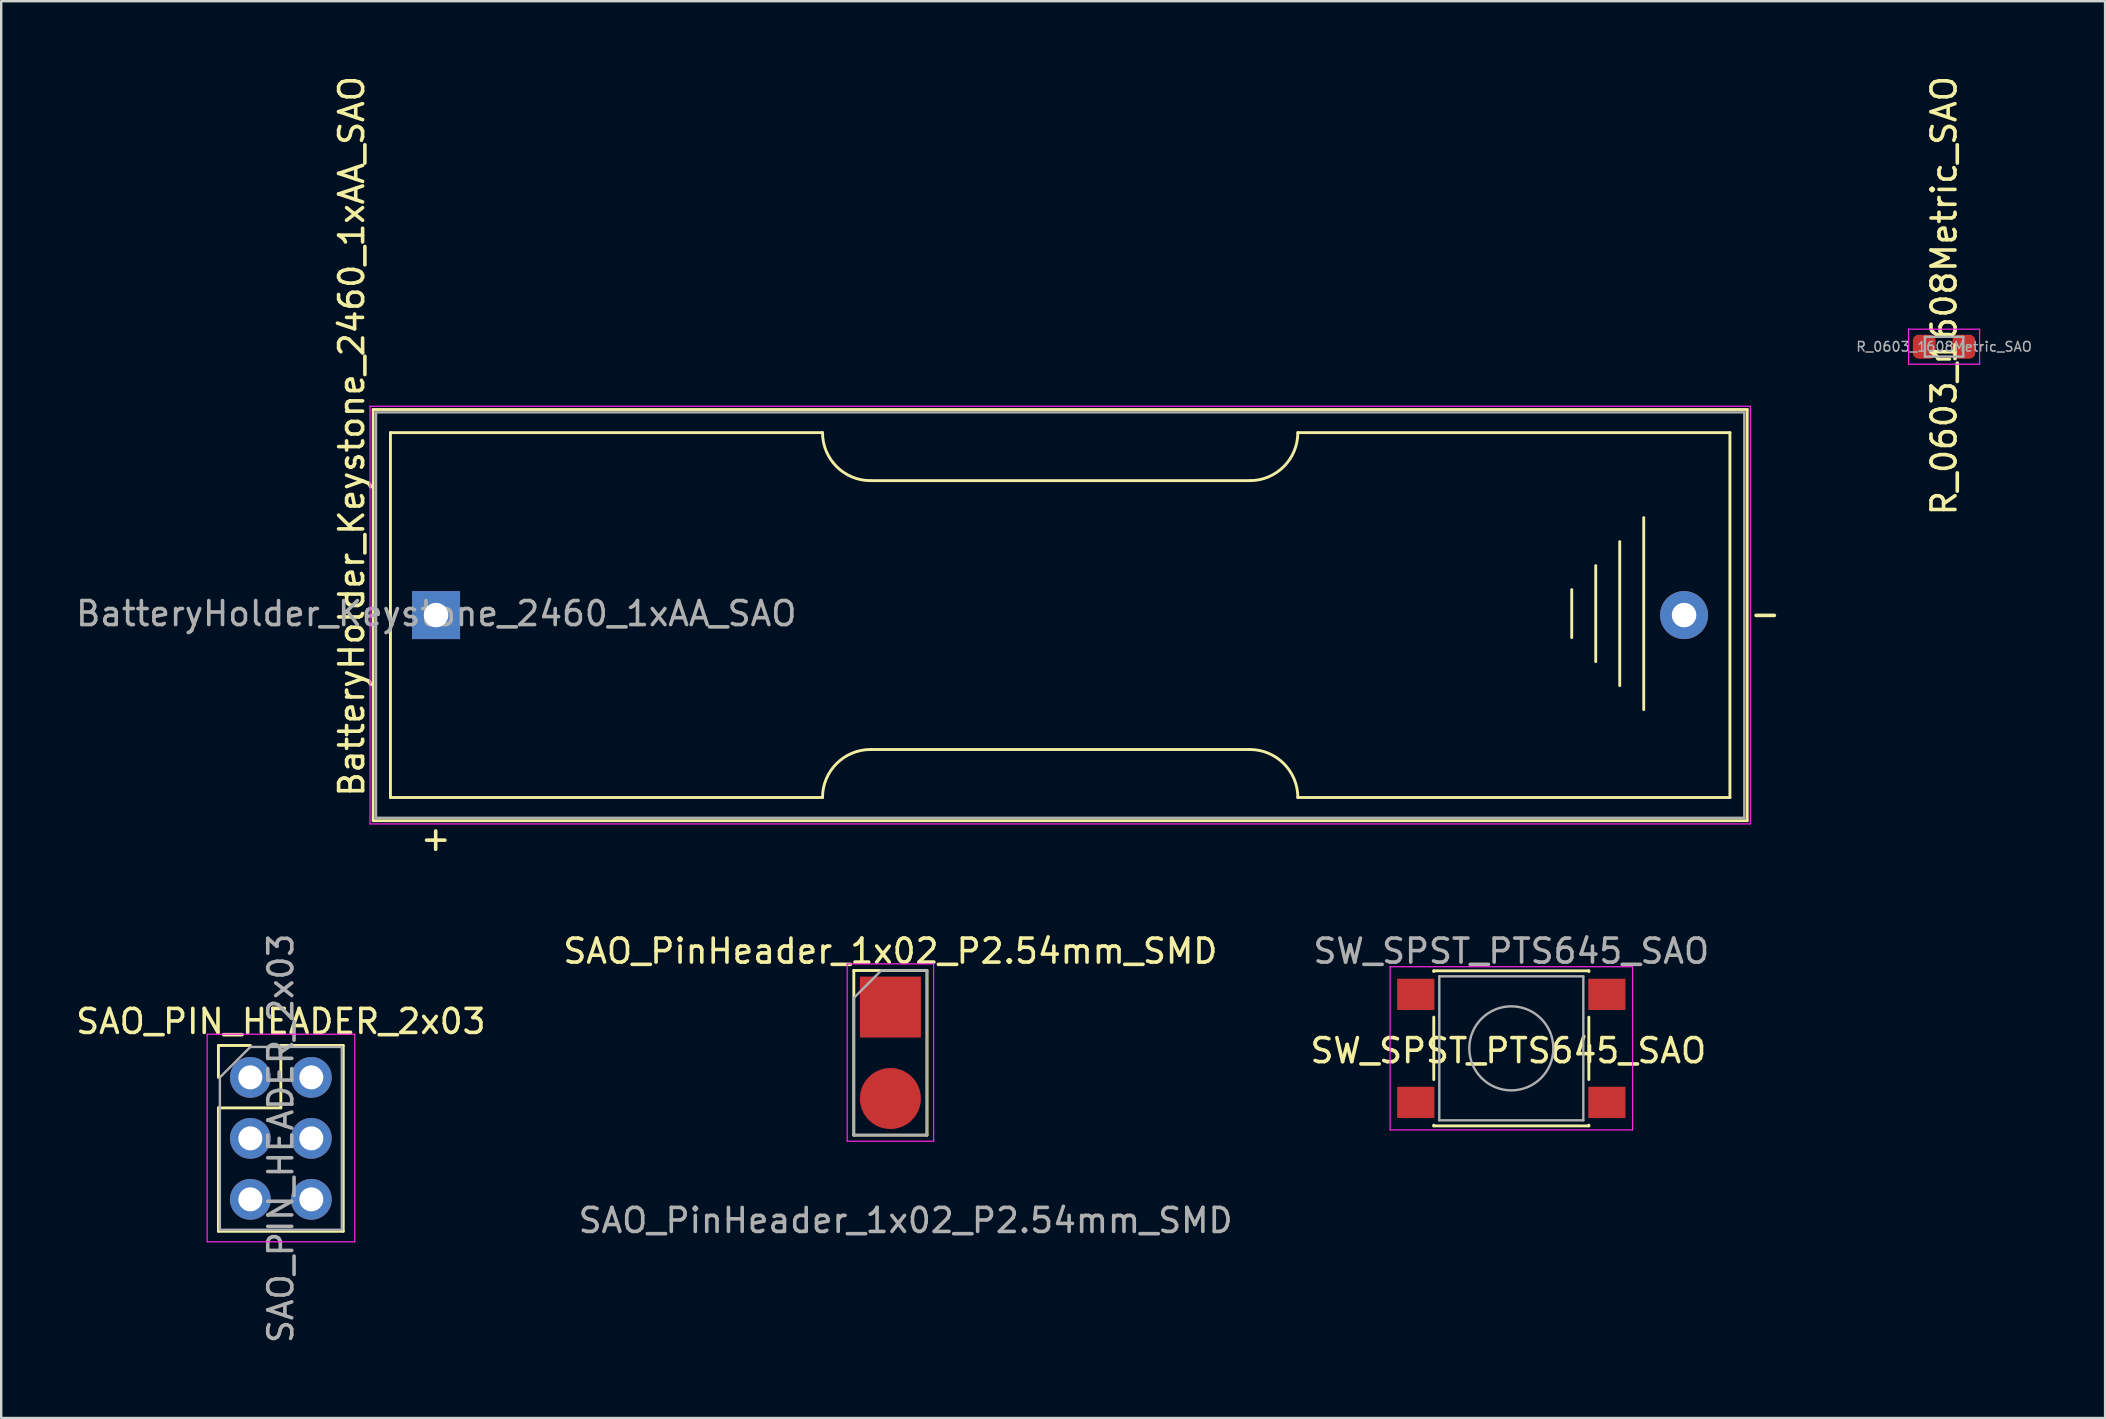
<source format=kicad_pcb>
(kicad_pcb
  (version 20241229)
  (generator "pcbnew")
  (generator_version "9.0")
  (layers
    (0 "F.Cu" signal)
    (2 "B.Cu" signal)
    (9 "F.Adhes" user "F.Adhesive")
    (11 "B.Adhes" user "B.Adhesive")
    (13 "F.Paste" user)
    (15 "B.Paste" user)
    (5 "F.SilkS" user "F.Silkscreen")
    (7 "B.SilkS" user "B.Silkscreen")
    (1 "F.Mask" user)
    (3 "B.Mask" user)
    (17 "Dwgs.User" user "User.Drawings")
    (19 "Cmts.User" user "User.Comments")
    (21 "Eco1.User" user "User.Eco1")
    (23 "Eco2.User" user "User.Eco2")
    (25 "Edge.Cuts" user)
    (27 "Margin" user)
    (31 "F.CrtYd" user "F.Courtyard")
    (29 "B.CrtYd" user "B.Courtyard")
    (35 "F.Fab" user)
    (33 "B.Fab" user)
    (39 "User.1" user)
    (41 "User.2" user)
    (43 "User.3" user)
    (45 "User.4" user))
  (footprint "SAO_PIN_HEADER_2x03"
    (layer "F.Cu")
    (at 7.379 41.832)
    (property "Reference" "SAO_PIN_HEADER_2x03" (at 1.27 -2.33 0) (layer "F.SilkS") (effects (font (size 1 1) (thickness 0.15))))
    (attr through_hole)
    (fp_line (start -1.33 -1.33) (end 0 -1.33) (stroke (width 0.12) (type solid)) (layer "F.SilkS"))
    (fp_line (start -1.33 0) (end -1.33 -1.33) (stroke (width 0.12) (type solid)) (layer "F.SilkS"))
    (fp_line (start -1.33 1.27) (end -1.33 6.41) (stroke (width 0.12) (type solid)) (layer "F.SilkS"))
    (fp_line (start -1.33 1.27) (end 1.27 1.27) (stroke (width 0.12) (type solid)) (layer "F.SilkS"))
    (fp_line (start -1.33 6.41) (end 3.87 6.41) (stroke (width 0.12) (type solid)) (layer "F.SilkS"))
    (fp_line (start 1.27 -1.33) (end 3.87 -1.33) (stroke (width 0.12) (type solid)) (layer "F.SilkS"))
    (fp_line (start 1.27 1.27) (end 1.27 -1.33) (stroke (width 0.12) (type solid)) (layer "F.SilkS"))
    (fp_line (start 3.87 -1.33) (end 3.87 6.41) (stroke (width 0.12) (type solid)) (layer "F.SilkS"))
    (fp_line (start -1.8 -1.8) (end -1.8 6.85) (stroke (width 0.05) (type solid)) (layer "F.CrtYd"))
    (fp_line (start -1.8 6.85) (end 4.35 6.85) (stroke (width 0.05) (type solid)) (layer "F.CrtYd"))
    (fp_line (start 4.35 -1.8) (end -1.8 -1.8) (stroke (width 0.05) (type solid)) (layer "F.CrtYd"))
    (fp_line (start 4.35 6.85) (end 4.35 -1.8) (stroke (width 0.05) (type solid)) (layer "F.CrtYd"))
    (fp_line (start -1.27 0) (end 0 -1.27) (stroke (width 0.1) (type solid)) (layer "F.Fab"))
    (fp_line (start -1.27 6.35) (end -1.27 0) (stroke (width 0.1) (type solid)) (layer "F.Fab"))
    (fp_line (start 0 -1.27) (end 3.81 -1.27) (stroke (width 0.1) (type solid)) (layer "F.Fab"))
    (fp_line (start 3.81 -1.27) (end 3.81 6.35) (stroke (width 0.1) (type solid)) (layer "F.Fab"))
    (fp_line (start 3.81 6.35) (end -1.27 6.35) (stroke (width 0.1) (type solid)) (layer "F.Fab"))
    (fp_text user "${REFERENCE}" (at 1.27 2.54 90) (layer "F.Fab") (effects (font (size 1 1) (thickness 0.15))))
    (pad "1" thru_hole oval (at 0 0) (size 1.7 1.7) (drill 1) (layers "*.Cu" "*.Mask"))
    (pad "2" thru_hole oval (at 2.54 0) (size 1.7 1.7) (drill 1) (layers "*.Cu" "*.Mask"))
    (pad "3" thru_hole oval (at 0 2.54) (size 1.7 1.7) (drill 1) (layers "*.Cu" "*.Mask"))
    (pad "4" thru_hole oval (at 2.54 2.54) (size 1.7 1.7) (drill 1) (layers "*.Cu" "*.Mask"))
    (pad "5" thru_hole oval (at 0 5.08) (size 1.7 1.7) (drill 1) (layers "*.Cu" "*.Mask"))
    (pad "6" thru_hole oval (at 2.54 5.08) (size 1.7 1.7) (drill 1) (layers "*.Cu" "*.Mask")))
  (footprint "R_0603_1608Metric_SAO"
    (layer "F.Cu")
    (at 77.936 11.393)
    (property "Reference" "R_0603_1608Metric_SAO" (at 0 -2.125 90) (layer "F.SilkS") (effects (font (size 1 1) (thickness 0.15))))
    (attr smd)
    (fp_line (start -0.237 -0.522) (end 0.237 -0.522) (stroke (width 0.12) (type solid)) (layer "F.SilkS"))
    (fp_line (start -0.237 0.522) (end 0.237 0.522) (stroke (width 0.12) (type solid)) (layer "F.SilkS"))
    (fp_line (start -1.48 -0.73) (end 1.48 -0.73) (stroke (width 0.05) (type solid)) (layer "F.CrtYd"))
    (fp_line (start -1.48 0.73) (end -1.48 -0.73) (stroke (width 0.05) (type solid)) (layer "F.CrtYd"))
    (fp_line (start 1.48 -0.73) (end 1.48 0.73) (stroke (width 0.05) (type solid)) (layer "F.CrtYd"))
    (fp_line (start 1.48 0.73) (end -1.48 0.73) (stroke (width 0.05) (type solid)) (layer "F.CrtYd"))
    (fp_line (start -0.8 -0.412) (end 0.8 -0.412) (stroke (width 0.1) (type solid)) (layer "F.Fab"))
    (fp_line (start -0.8 0.412) (end -0.8 -0.412) (stroke (width 0.1) (type solid)) (layer "F.Fab"))
    (fp_line (start 0.8 -0.412) (end 0.8 0.412) (stroke (width 0.1) (type solid)) (layer "F.Fab"))
    (fp_line (start 0.8 0.412) (end -0.8 0.412) (stroke (width 0.1) (type solid)) (layer "F.Fab"))
    (fp_text user "${REFERENCE}" (at 0 0 0) (layer "F.Fab") (effects (font (size 0.4 0.4) (thickness 0.06))))
    (pad "1" smd roundrect (at -0.825 0 180) (size 0.95 1) (layers "F.Cu" "F.Mask" "F.Paste") (roundrect_rratio 0.25))
    (pad "2" smd roundrect (at 0.825 0 180) (size 0.95 1) (layers "F.Cu" "F.Mask" "F.Paste") (roundrect_rratio 0.25)))
  (footprint "BatteryHolder_Keystone_2460_1xAA_SAO"
    (layer "F.Cu")
    (at 15.115 22.573)
    (property "Reference" "BatteryHolder_Keystone_2460_1xAA_SAO" (at -3.515 -7.448 90) (layer "F.SilkS") (effects (font (size 1 1) (thickness 0.15))))
    (attr through_hole)
    (fp_line (start -2.62 -8.565) (end 54.62 -8.565) (stroke (width 0.12) (type solid)) (layer "F.SilkS"))
    (fp_line (start -2.62 8.565) (end -2.62 -8.565) (stroke (width 0.12) (type solid)) (layer "F.SilkS"))
    (fp_line (start -1.9 -7.6) (end -1.9 7.6) (stroke (width 0.12) (type solid)) (layer "F.SilkS"))
    (fp_line (start -1.9 -7.6) (end 16.1 -7.6) (stroke (width 0.12) (type solid)) (layer "F.SilkS"))
    (fp_line (start -1.9 7.6) (end 16.1 7.6) (stroke (width 0.12) (type solid)) (layer "F.SilkS"))
    (fp_line (start 18.1 -5.6) (end 33.9 -5.6) (stroke (width 0.12) (type solid)) (layer "F.SilkS"))
    (fp_line (start 33.9 5.6) (end 18.1 5.6) (stroke (width 0.12) (type solid)) (layer "F.SilkS"))
    (fp_line (start 35.9 -7.6) (end 53.9 -7.6) (stroke (width 0.12) (type solid)) (layer "F.SilkS"))
    (fp_line (start 35.9 7.6) (end 53.9 7.6) (stroke (width 0.12) (type solid)) (layer "F.SilkS"))
    (fp_line (start 47.31 -1.06) (end 47.31 0.94) (stroke (width 0.12) (type solid)) (layer "F.SilkS"))
    (fp_line (start 48.31 -2.06) (end 48.31 1.94) (stroke (width 0.12) (type solid)) (layer "F.SilkS"))
    (fp_line (start 49.31 2.94) (end 49.31 -3.06) (stroke (width 0.12) (type solid)) (layer "F.SilkS"))
    (fp_line (start 50.31 -4.06) (end 50.31 3.94) (stroke (width 0.12) (type solid)) (layer "F.SilkS"))
    (fp_line (start 53.9 -7.6) (end 53.9 7.6) (stroke (width 0.12) (type solid)) (layer "F.SilkS"))
    (fp_line (start 54.62 -8.565) (end 54.62 8.565) (stroke (width 0.12) (type solid)) (layer "F.SilkS"))
    (fp_line (start 54.62 8.565) (end -2.62 8.565) (stroke (width 0.12) (type solid)) (layer "F.SilkS"))
    (fp_arc (start 16.1 7.6) (mid 16.685786 6.185786) (end 18.1 5.6) (stroke (width 0.12) (type solid)) (layer "F.SilkS"))
    (fp_arc (start 18.1 -5.6) (mid 16.685786 -6.185786) (end 16.1 -7.6) (stroke (width 0.12) (type solid)) (layer "F.SilkS"))
    (fp_arc (start 33.9 5.6) (mid 35.314214 6.185786) (end 35.9 7.6) (stroke (width 0.12) (type solid)) (layer "F.SilkS"))
    (fp_arc (start 35.9 -7.6) (mid 35.314214 -6.185786) (end 33.9 -5.6) (stroke (width 0.12) (type solid)) (layer "F.SilkS"))
    (fp_line (start -2.75 -8.7) (end 54.75 -8.7) (stroke (width 0.05) (type solid)) (layer "F.CrtYd"))
    (fp_line (start -2.75 8.7) (end -2.75 -8.7) (stroke (width 0.05) (type solid)) (layer "F.CrtYd"))
    (fp_line (start 54.75 -8.7) (end 54.75 8.7) (stroke (width 0.05) (type solid)) (layer "F.CrtYd"))
    (fp_line (start 54.75 8.7) (end -2.75 8.7) (stroke (width 0.05) (type solid)) (layer "F.CrtYd"))
    (fp_line (start -2.5 -8.445) (end -2.5 8.445) (stroke (width 0.1) (type solid)) (layer "F.Fab"))
    (fp_line (start -2.5 8.445) (end 54.5 8.445) (stroke (width 0.1) (type solid)) (layer "F.Fab"))
    (fp_line (start 54.5 -8.445) (end -2.5 -8.445) (stroke (width 0.1) (type solid)) (layer "F.Fab"))
    (fp_line (start 54.5 8.445) (end 54.5 -8.445) (stroke (width 0.1) (type solid)) (layer "F.Fab"))
    (fp_text user "+" (at -0.015 9.302 0) (layer "F.SilkS") (effects (font (size 1 1) (thickness 0.15))))
    (fp_text user "-" (at 55.37 -0.06 0) (layer "F.SilkS") (effects (font (size 1 1) (thickness 0.15))))
    (fp_text user "${REFERENCE}" (at 0.01 -0.06 0) (layer "F.Fab") (effects (font (size 1 1) (thickness 0.15))))
    (pad "1" thru_hole rect (at 0 0) (size 2 2) (drill 1.02) (layers "*.Cu" "*.Mask"))
    (pad "2" thru_hole circle (at 51.99 0) (size 2 2) (drill 1.02) (layers "*.Cu" "*.Mask")))
  (footprint "SAO_PinHeader_1x02_P2.54mm_SMD"
    (layer "F.Cu")
    (at 34.042 38.902)
    (property "Reference" "SAO_PinHeader_1x02_P2.54mm_SMD" (at 0 -2.33 0) (layer "F.SilkS") (effects (font (size 1 1) (thickness 0.15))))
    (attr through_hole)
    (fp_line (start -1.524 -1.524) (end -1.524 5.334) (stroke (width 0.12) (type solid)) (layer "F.SilkS"))
    (fp_line (start -1.524 -1.524) (end 1.524 -1.524) (stroke (width 0.12) (type solid)) (layer "F.SilkS"))
    (fp_line (start -1.524 5.334) (end 1.524 5.334) (stroke (width 0.12) (type solid)) (layer "F.SilkS"))
    (fp_line (start 1.524 -1.524) (end 1.524 5.334) (stroke (width 0.12) (type solid)) (layer "F.SilkS"))
    (fp_line (start -1.8 -1.8) (end -1.8 5.588) (stroke (width 0.05) (type solid)) (layer "F.CrtYd"))
    (fp_line (start -1.8 5.588) (end 1.8 5.588) (stroke (width 0.05) (type solid)) (layer "F.CrtYd"))
    (fp_line (start 1.8 -1.8) (end -1.8 -1.8) (stroke (width 0.05) (type solid)) (layer "F.CrtYd"))
    (fp_line (start 1.8 5.588) (end 1.8 -1.8) (stroke (width 0.05) (type solid)) (layer "F.CrtYd"))
    (fp_line (start -1.524 -0.381) (end -0.381 -1.524) (stroke (width 0.1) (type solid)) (layer "F.Fab"))
    (fp_line (start -1.524 5.334) (end -1.524 -0.381) (stroke (width 0.1) (type solid)) (layer "F.Fab"))
    (fp_line (start -0.381 -1.524) (end 1.524 -1.524) (stroke (width 0.1) (type solid)) (layer "F.Fab"))
    (fp_line (start 1.524 -1.524) (end 1.524 5.334) (stroke (width 0.1) (type solid)) (layer "F.Fab"))
    (fp_line (start 1.524 5.334) (end -1.524 5.334) (stroke (width 0.1) (type solid)) (layer "F.Fab"))
    (fp_text user "${REFERENCE}" (at 0.635 8.89 0) (layer "F.Fab") (effects (font (size 1 1) (thickness 0.15))))
    (pad "1" smd rect (at 0 0 180) (size 2.54 2.54) (layers "F.Cu" "F.Mask" "F.Paste"))
    (pad "2" smd oval (at 0 3.81 180) (size 2.54 2.54) (layers "F.Cu" "F.Mask" "F.Paste")))
  (footprint "SW_SPST_PTS645_SAO"
    (layer "F.Cu")
    (at 59.908 40.622)
    (property "Reference" "SW_SPST_PTS645_SAO" (at -0.124 0.098 180) (layer "F.SilkS") (effects (font (size 1 1) (thickness 0.15))))
    (attr smd)
    (fp_line (start -3.23 -3.23) (end 3.23 -3.23) (stroke (width 0.12) (type solid)) (layer "F.SilkS"))
    (fp_line (start -3.23 -3.2) (end -3.23 -3.23) (stroke (width 0.12) (type solid)) (layer "F.SilkS"))
    (fp_line (start -3.23 -1.3) (end -3.23 1.3) (stroke (width 0.12) (type solid)) (layer "F.SilkS"))
    (fp_line (start -3.23 3.23) (end -3.23 3.2) (stroke (width 0.12) (type solid)) (layer "F.SilkS"))
    (fp_line (start -3.23 3.23) (end 3.23 3.23) (stroke (width 0.12) (type solid)) (layer "F.SilkS"))
    (fp_line (start 3.23 -3.23) (end 3.23 -3.2) (stroke (width 0.12) (type solid)) (layer "F.SilkS"))
    (fp_line (start 3.23 -1.3) (end 3.23 1.3) (stroke (width 0.12) (type solid)) (layer "F.SilkS"))
    (fp_line (start 3.23 3.23) (end 3.23 3.2) (stroke (width 0.12) (type solid)) (layer "F.SilkS"))
    (fp_line (start -5.05 -3.4) (end -5.05 3.4) (stroke (width 0.05) (type solid)) (layer "F.CrtYd"))
    (fp_line (start -5.05 -3.4) (end 5.05 -3.4) (stroke (width 0.05) (type solid)) (layer "F.CrtYd"))
    (fp_line (start -5.05 3.4) (end 5.05 3.4) (stroke (width 0.05) (type solid)) (layer "F.CrtYd"))
    (fp_line (start 5.05 3.4) (end 5.05 -3.4) (stroke (width 0.05) (type solid)) (layer "F.CrtYd"))
    (fp_line (start -3 -3) (end -3 3) (stroke (width 0.1) (type solid)) (layer "F.Fab"))
    (fp_line (start -3 3) (end 3 3) (stroke (width 0.1) (type solid)) (layer "F.Fab"))
    (fp_line (start 3 -3) (end -3 -3) (stroke (width 0.1) (type solid)) (layer "F.Fab"))
    (fp_line (start 3 3) (end 3 -3) (stroke (width 0.1) (type solid)) (layer "F.Fab"))
    (fp_circle (center 0 0) (end 1.75 -0.05) (stroke (width 0.1) (type solid)) (fill no) (layer "F.Fab"))
    (fp_text user "${REFERENCE}" (at 0.000001 -4.05 180) (layer "F.Fab") (effects (font (size 1 1) (thickness 0.15))))
    (pad "1" smd rect (at -3.98 -2.25) (size 1.55 1.3) (layers "F.Cu" "F.Mask" "F.Paste"))
    (pad "1" smd rect (at 3.98 -2.25) (size 1.55 1.3) (layers "F.Cu" "F.Mask" "F.Paste"))
    (pad "2" smd rect (at -3.98 2.25) (size 1.55 1.3) (layers "F.Cu" "F.Mask" "F.Paste"))
    (pad "2" smd rect (at 3.98 2.25) (size 1.55 1.3) (layers "F.Cu" "F.Mask" "F.Paste")))
  (gr_rect
    (start -3 -3)
    (end 84.643 56.021)
    (stroke (width 0.1) (type default))
    (fill no)
    (layer "Edge.Cuts")))
</source>
